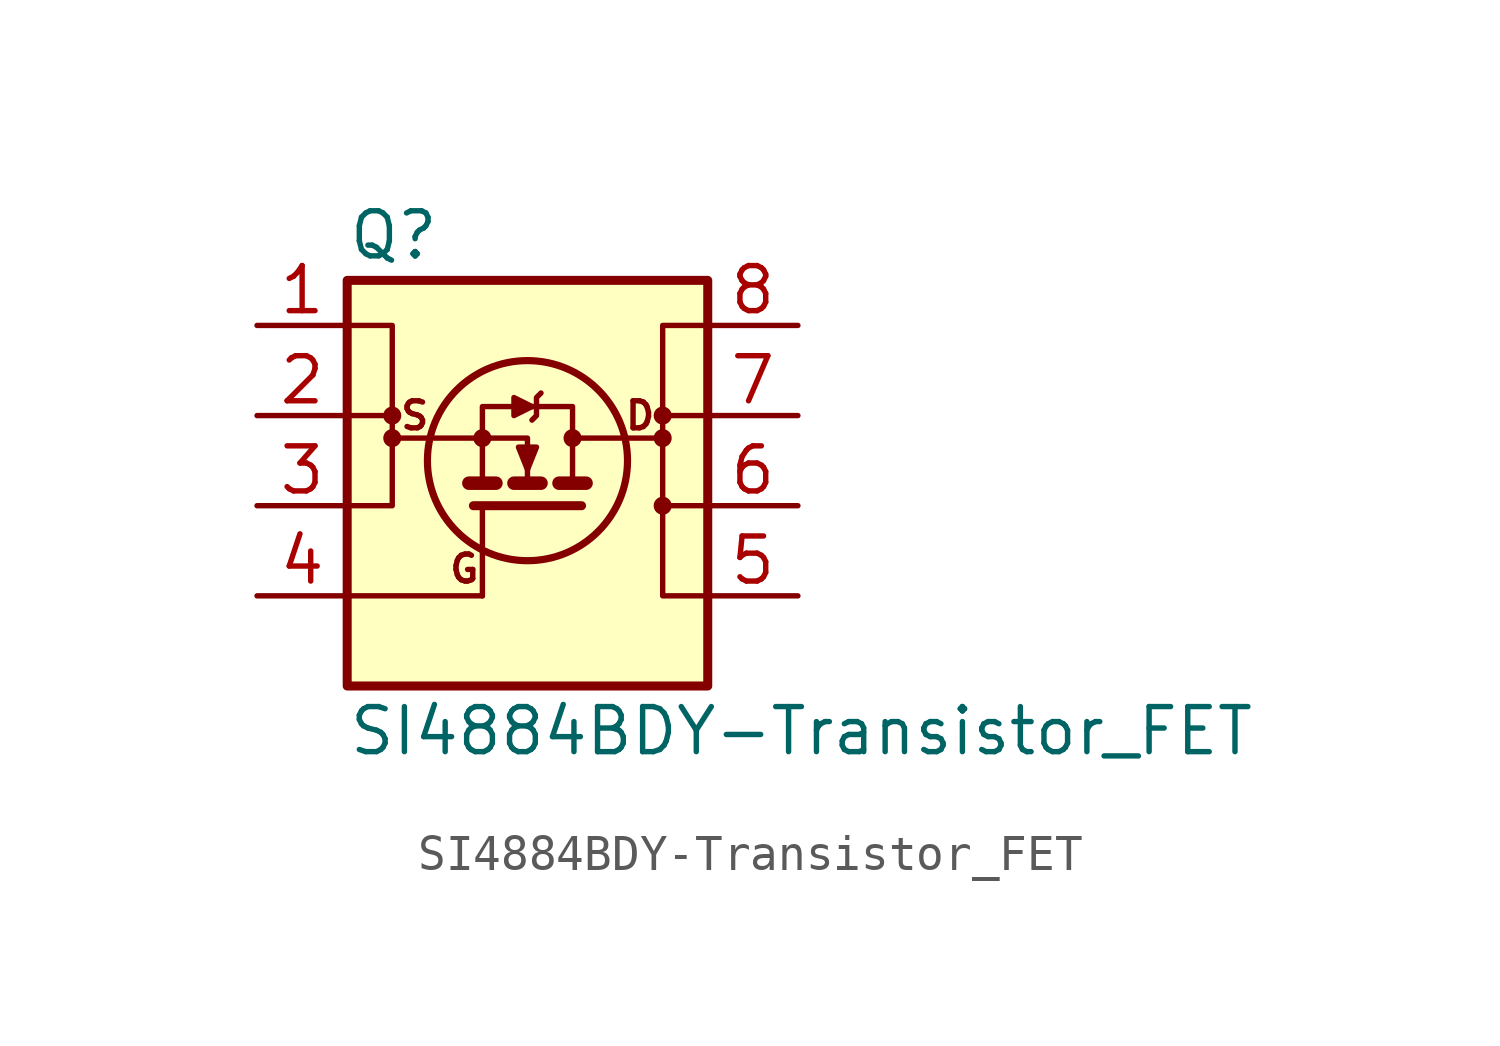
<source format=kicad_sym>
(kicad_symbol_lib
  (version 20211014)
  (generator kicad_symbol_editor)
  (symbol "SI4884BDY-Transistor_FET"
    (pin_names
      (offset 0) hide)
    (property "Reference" "Q"
      (at -5.08 7.62 0)
      (effects (font (size 1.27 1.27)) (justify left)))
    (property "Value" "SI4884BDY-Transistor_FET"
      (at -5.08 -6.35 0)
      (effects (font (size 1.27 1.27)) (justify left)))
    (symbol "SI4884BDY-Transistor_FET_0_0"
      (circle (center -3.81 1.905) (radius 0.127) (stroke (width 0.254) (type default) (color 0 0 0 0)) (fill (type none)))
      (circle (center -1.27 1.905) (radius 0.127) (stroke (width 0.254) (type default) (color 0 0 0 0)) (fill (type none)))
      (polyline (pts (xy -5.08 2.54) (xy -3.81 2.54)) (stroke (width 0) (type default) (color 0 0 0 0)) (fill (type none)))
      (polyline (pts (xy -1.27 1.905) (xy -3.81 1.905)) (stroke (width 0) (type default) (color 0 0 0 0)) (fill (type none)))
      (polyline (pts (xy 5.08 2.54) (xy 3.81 2.54)) (stroke (width 0) (type default) (color 0 0 0 0)) (fill (type none)))
      (polyline (pts (xy -1.27 0.635) (xy -1.27 2.794) (xy 1.27 2.794) (xy 1.27 0.635)) (stroke (width 0) (type default) (color 0 0 0 0)) (fill (type none)))
      (polyline (pts (xy 0.127 2.794) (xy -0.381 3.048) (xy -0.381 2.54) (xy 0.127 2.794)) (stroke (width 0) (type default) (color 0 0 0 0)) (fill (type outline)))
      (polyline (pts (xy 0.381 3.175) (xy 0.254 3.048) (xy 0.254 2.54) (xy 0.127 2.413)) (stroke (width 0) (type default) (color 0 0 0 0)) (fill (type none)))
      (circle (center 1.27 1.905) (radius 0.127) (stroke (width 0.254) (type default) (color 0 0 0 0)) (fill (type none)))
      (circle (center 3.81 1.905) (radius 0.127) (stroke (width 0.254) (type default) (color 0 0 0 0)) (fill (type none)))
      (text "D" (at 3.175 2.54 0) (effects (font (size 0.762 0.762))))
      (text "G" (at -1.778 -1.778 0) (effects (font (size 0.762 0.762))))
      (text "S" (at -3.175 2.54 0) (effects (font (size 0.762 0.762)))))
    (symbol "SI4884BDY-Transistor_FET_0_1"
      (rectangle (start -5.08 6.35) (end 5.08 -5.08) (stroke (width 0.254) (type default) (color 0 0 0 0)) (fill (type background)))
      (circle (center -3.81 2.54) (radius 0.127) (stroke (width 0.254) (type default) (color 0 0 0 0)) (fill (type none)))
      (polyline (pts (xy -5.08 -2.54) (xy -1.27 -2.54)) (stroke (width 0) (type default) (color 0 0 0 0)) (fill (type none)))
      (polyline (pts (xy -1.651 0.635) (xy -0.889 0.635)) (stroke (width 0.381) (type default) (color 0 0 0 0)) (fill (type none)))
      (polyline (pts (xy -1.27 -2.54) (xy -1.27 0)) (stroke (width 0) (type default) (color 0 0 0 0)) (fill (type none)))
      (polyline (pts (xy -0.381 0.635) (xy 0.381 0.635)) (stroke (width 0.381) (type default) (color 0 0 0 0)) (fill (type none)))
      (polyline (pts (xy 0.889 0.635) (xy 1.651 0.635)) (stroke (width 0.381) (type default) (color 0 0 0 0)) (fill (type none)))
      (polyline (pts (xy 1.27 1.905) (xy 3.81 1.905)) (stroke (width 0) (type default) (color 0 0 0 0)) (fill (type none)))
      (polyline (pts (xy 5.08 0) (xy 3.81 0)) (stroke (width 0) (type default) (color 0 0 0 0)) (fill (type none)))
      (polyline (pts (xy -1.524 0) (xy 1.524 0) (xy 1.524 0)) (stroke (width 0.254) (type default) (color 0 0 0 0)) (fill (type none)))
      (polyline (pts (xy 0 0.635) (xy 0 1.905) (xy -1.27 1.905)) (stroke (width 0) (type default) (color 0 0 0 0)) (fill (type none)))
      (polyline (pts (xy -5.08 0) (xy -3.81 0) (xy -3.81 5.08) (xy -5.08 5.08)) (stroke (width 0) (type default) (color 0 0 0 0)) (fill (type none)))
      (polyline (pts (xy -0.254 1.651) (xy 0.254 1.651) (xy 0 1.016) (xy -0.254 1.651)) (stroke (width 0) (type default) (color 0 0 0 0)) (fill (type outline)))
      (polyline (pts (xy 5.08 5.08) (xy 3.81 5.08) (xy 3.81 -2.54) (xy 5.08 -2.54)) (stroke (width 0) (type default) (color 0 0 0 0)) (fill (type none)))
      (circle (center 0 1.27) (radius 2.819) (stroke (width 0.203) (type default) (color 0 0 0 0)) (fill (type none)))
      (circle (center 3.81 0) (radius 0.127) (stroke (width 0.254) (type default) (color 0 0 0 0)) (fill (type none)))
      (circle (center 3.81 2.54) (radius 0.127) (stroke (width 0.254) (type default) (color 0 0 0 0)) (fill (type none))))
    (symbol "SI4884BDY-Transistor_FET_1_1"
      (pin passive line (at -7.62 5.08 0) (length 2.54) (name "S" (effects (font (size 1.27 1.27)))) (number "1" (effects (font (size 1.27 1.27)))))
      (pin passive line (at -7.62 2.54 0) (length 2.54) (name "S" (effects (font (size 1.27 1.27)))) (number "2" (effects (font (size 1.27 1.27)))))
      (pin passive line (at -7.62 0 0) (length 2.54) (name "S" (effects (font (size 1.27 1.27)))) (number "3" (effects (font (size 1.27 1.27)))))
      (pin passive line (at -7.62 -2.54 0) (length 2.54) (name "G" (effects (font (size 1.27 1.27)))) (number "4" (effects (font (size 1.27 1.27)))))
      (pin passive line (at 7.62 -2.54 180) (length 2.54) (name "D" (effects (font (size 1.27 1.27)))) (number "5" (effects (font (size 1.27 1.27)))))
      (pin passive line (at 7.62 0 180) (length 2.54) (name "D" (effects (font (size 1.27 1.27)))) (number "6" (effects (font (size 1.27 1.27)))))
      (pin passive line (at 7.62 2.54 180) (length 2.54) (name "D" (effects (font (size 1.27 1.27)))) (number "7" (effects (font (size 1.27 1.27)))))
      (pin passive line (at 7.62 5.08 180) (length 2.54) (name "D" (effects (font (size 1.27 1.27)))) (number "8" (effects (font (size 1.27 1.27))))))))
</source>
